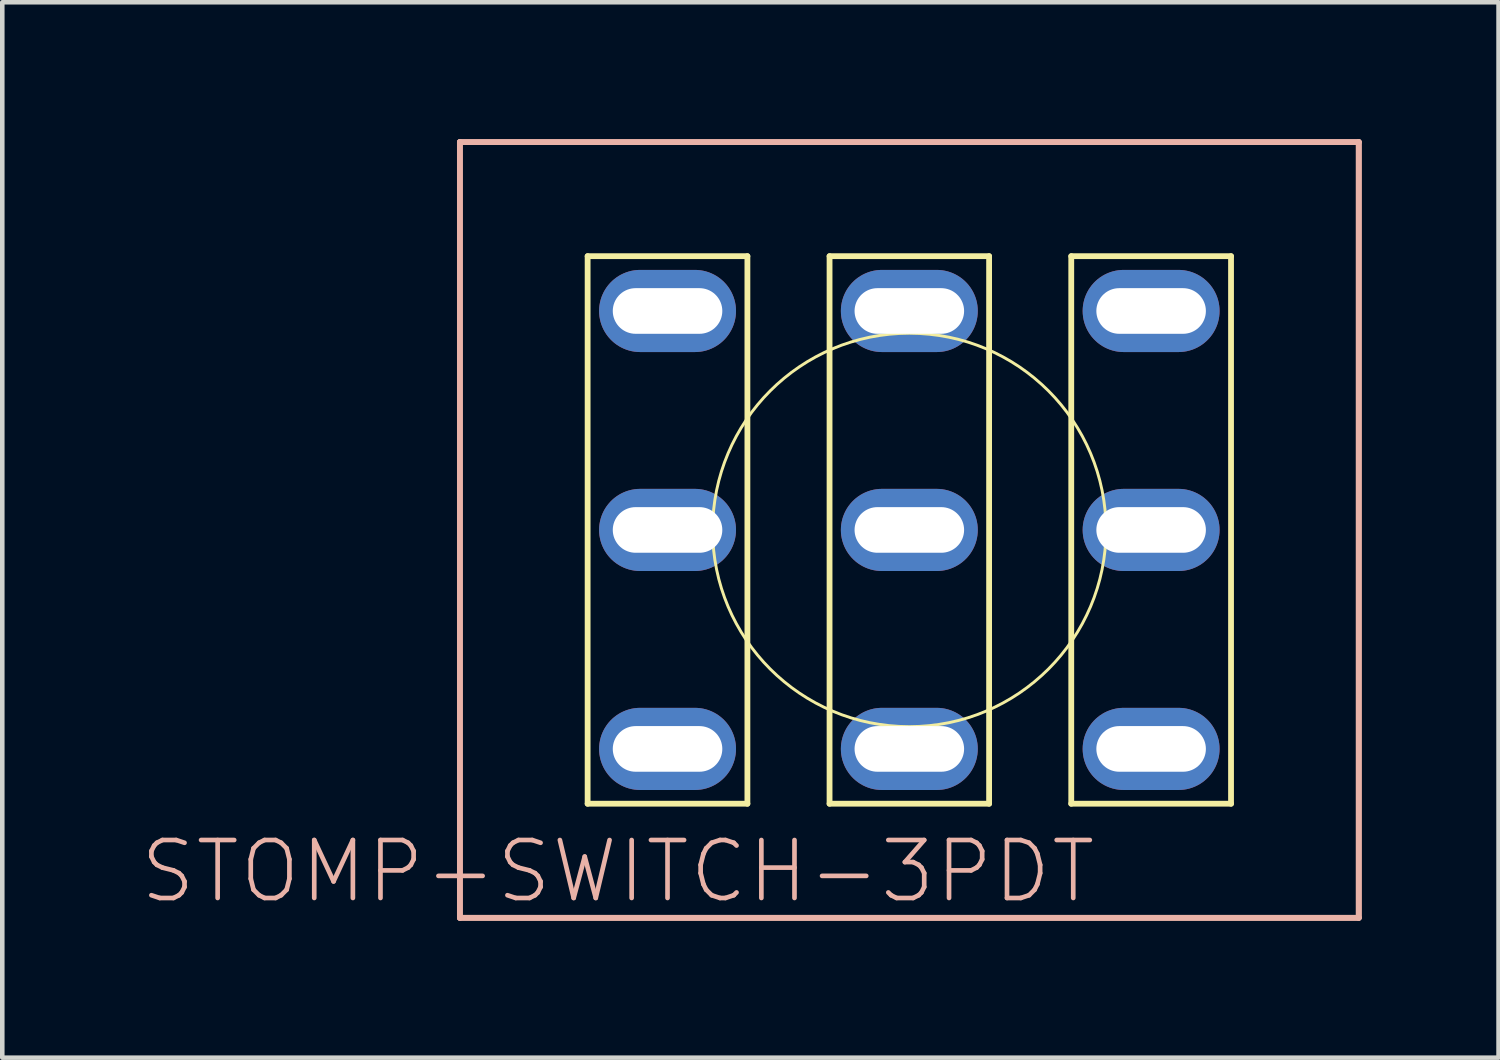
<source format=kicad_pcb>
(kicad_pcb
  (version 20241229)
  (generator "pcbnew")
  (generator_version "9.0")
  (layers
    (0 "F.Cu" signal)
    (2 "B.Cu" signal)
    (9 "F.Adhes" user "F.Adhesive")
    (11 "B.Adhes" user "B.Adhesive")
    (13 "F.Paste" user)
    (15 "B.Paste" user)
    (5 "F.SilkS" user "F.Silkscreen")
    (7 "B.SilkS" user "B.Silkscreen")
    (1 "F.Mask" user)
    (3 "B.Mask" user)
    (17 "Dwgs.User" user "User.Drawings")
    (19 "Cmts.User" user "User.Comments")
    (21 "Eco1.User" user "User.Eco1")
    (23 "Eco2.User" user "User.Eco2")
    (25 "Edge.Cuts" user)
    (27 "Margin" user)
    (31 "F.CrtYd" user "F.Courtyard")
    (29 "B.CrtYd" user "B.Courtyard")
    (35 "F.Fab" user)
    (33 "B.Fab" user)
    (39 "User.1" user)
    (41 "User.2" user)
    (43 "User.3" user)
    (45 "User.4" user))
  (footprint "STOMP-SWITCH-3PDT"
    (layer "F.Cu")
    (at 16.875 8.562)
    (property "Reference" "STOMP-SWITCH-3PDT" (at -6.387 7.482 0) (layer "B.SilkS") (effects (font (size 1.27 1.27) (thickness 0.102))))
    (attr exclude_from_pos_files exclude_from_bom)
    (fp_line (start -7.049 -5.999) (end -7.049 5.999) (stroke (width 0.127) (type solid)) (layer "F.SilkS"))
    (fp_line (start -7.049 5.999) (end -3.548 5.999) (stroke (width 0.127) (type solid)) (layer "F.SilkS"))
    (fp_line (start -3.548 -5.999) (end -7.049 -5.999) (stroke (width 0.127) (type solid)) (layer "F.SilkS"))
    (fp_line (start -3.548 5.999) (end -3.548 -5.999) (stroke (width 0.127) (type solid)) (layer "F.SilkS"))
    (fp_line (start -1.748 -5.999) (end 1.748 -5.999) (stroke (width 0.127) (type solid)) (layer "F.SilkS"))
    (fp_line (start -1.748 5.999) (end -1.748 -5.999) (stroke (width 0.127) (type solid)) (layer "F.SilkS"))
    (fp_line (start 1.748 -5.999) (end 1.748 5.999) (stroke (width 0.127) (type solid)) (layer "F.SilkS"))
    (fp_line (start 1.748 5.999) (end -1.748 5.999) (stroke (width 0.127) (type solid)) (layer "F.SilkS"))
    (fp_line (start 3.548 -5.999) (end 3.548 5.999) (stroke (width 0.127) (type solid)) (layer "F.SilkS"))
    (fp_line (start 3.548 5.999) (end 7.049 5.999) (stroke (width 0.127) (type solid)) (layer "F.SilkS"))
    (fp_line (start 7.049 -5.999) (end 3.548 -5.999) (stroke (width 0.127) (type solid)) (layer "F.SilkS"))
    (fp_line (start 7.049 5.999) (end 7.049 -5.999) (stroke (width 0.127) (type solid)) (layer "F.SilkS"))
    (fp_circle (center 0 0) (end -3.048 3.048) (stroke (width 0.064) (type solid)) (fill no) (layer "F.SilkS"))
    (fp_line (start -9.848 -8.499) (end -9.848 8.499) (stroke (width 0.127) (type solid)) (layer "B.SilkS"))
    (fp_line (start -9.848 -8.499) (end 9.848 -8.499) (stroke (width 0.127) (type solid)) (layer "B.SilkS"))
    (fp_line (start -9.848 8.499) (end -9.848 -8.499) (stroke (width 0.127) (type solid)) (layer "B.SilkS"))
    (fp_line (start -9.848 8.499) (end 9.848 8.499) (stroke (width 0.127) (type solid)) (layer "B.SilkS"))
    (fp_line (start 9.848 -8.499) (end -9.848 -8.499) (stroke (width 0.127) (type solid)) (layer "B.SilkS"))
    (fp_line (start 9.848 -8.499) (end 9.848 8.499) (stroke (width 0.127) (type solid)) (layer "B.SilkS"))
    (fp_line (start 9.848 8.499) (end -9.848 8.499) (stroke (width 0.127) (type solid)) (layer "B.SilkS"))
    (fp_line (start 9.848 8.499) (end 9.848 -8.499) (stroke (width 0.127) (type solid)) (layer "B.SilkS"))
    (pad "P$1" thru_hole oval (at -5.298 -4.798) (size 3 1.8) (drill oval 2.4 1) (layers "*.Cu" "F.Mask" "F.Paste"))
    (pad "P$2" thru_hole oval (at -5.298 0) (size 3 1.8) (drill oval 2.4 1) (layers "*.Cu" "F.Mask" "F.Paste"))
    (pad "P$3" thru_hole oval (at -5.298 4.798) (size 3 1.8) (drill oval 2.4 1) (layers "*.Cu" "F.Mask" "F.Paste"))
    (pad "P$4" thru_hole oval (at 0 -4.798) (size 3 1.8) (drill oval 2.4 1) (layers "*.Cu" "F.Mask" "F.Paste"))
    (pad "P$5" thru_hole oval (at 0 0) (size 3 1.8) (drill oval 2.4 1) (layers "*.Cu" "F.Mask" "F.Paste"))
    (pad "P$6" thru_hole oval (at 0 4.798) (size 3 1.8) (drill oval 2.4 1) (layers "*.Cu" "F.Mask" "F.Paste"))
    (pad "P$7" thru_hole oval (at 5.298 -4.798) (size 3 1.8) (drill oval 2.4 1) (layers "*.Cu" "F.Mask" "F.Paste"))
    (pad "P$8" thru_hole oval (at 5.298 0) (size 3 1.8) (drill oval 2.4 1) (layers "*.Cu" "F.Mask" "F.Paste"))
    (pad "P$9" thru_hole oval (at 5.298 4.798) (size 3 1.8) (drill oval 2.4 1) (layers "*.Cu" "F.Mask" "F.Paste")))
  (gr_rect
    (start -3 -3)
    (end 29.786 20.125)
    (stroke (width 0.1) (type default))
    (fill no)
    (layer "Edge.Cuts")))
</source>
